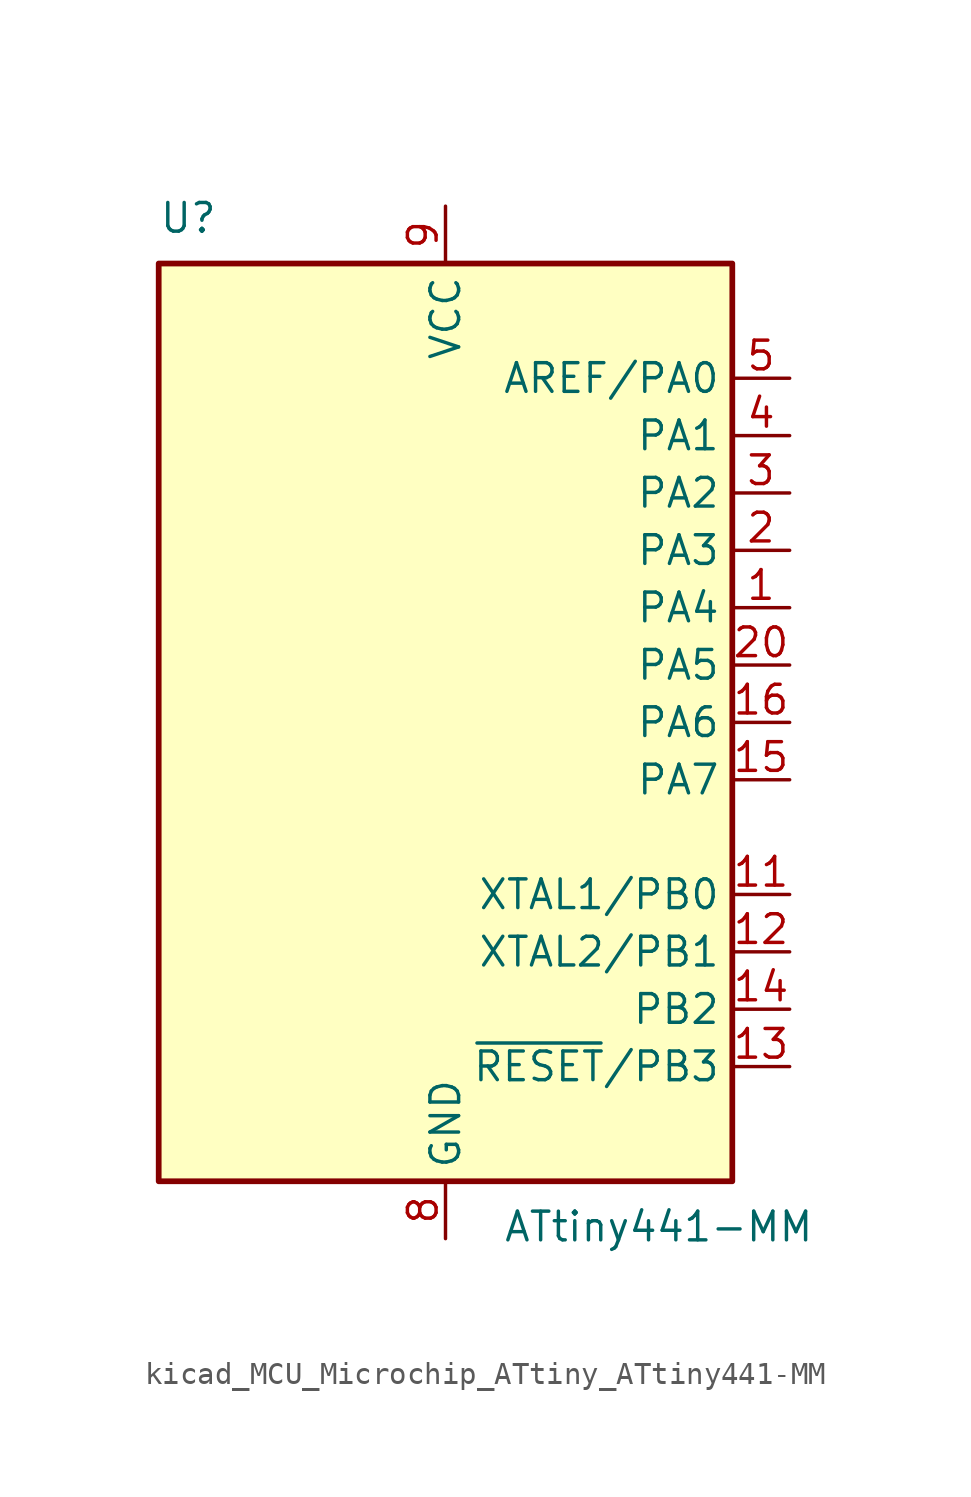
<source format=kicad_sym>
(kicad_symbol_lib
  (version 20220914)
  (generator kicad_symbol_editor)
  (symbol "kicad_MCU_Microchip_ATtiny_ATtiny441-MM"
    (property "Reference" "U"
      (at -12.7 21.59 0)
      (effects (font (size 1.27 1.27)) (justify left bottom)))
    (property "Value" "ATtiny441-MM"
      (at 2.54 -21.59 0)
      (effects (font (size 1.27 1.27)) (justify left top)))
    (symbol "kicad_MCU_Microchip_ATtiny_ATtiny441-MM_0_1"
      (rectangle (start -12.7 -20.32) (end 12.7 20.32) (stroke (width 0.254) (type default)) (fill (type background))))
    (symbol "kicad_MCU_Microchip_ATtiny_ATtiny441-MM_1_1"
      (pin bidirectional line (at 15.24 5.08 180) (length 2.54) (name "PA4" (effects (font (size 1.27 1.27)))) (number "1" (effects (font (size 1.27 1.27)))))
      (pin no_connect line (at -12.7 -10.16 0) (length 2.54) hide (name "NC" (effects (font (size 1.27 1.27)))) (number "10" (effects (font (size 1.27 1.27)))))
      (pin bidirectional line (at 15.24 -7.62 180) (length 2.54) (name "XTAL1/PB0" (effects (font (size 1.27 1.27)))) (number "11" (effects (font (size 1.27 1.27)))))
      (pin bidirectional line (at 15.24 -10.16 180) (length 2.54) (name "XTAL2/PB1" (effects (font (size 1.27 1.27)))) (number "12" (effects (font (size 1.27 1.27)))))
      (pin bidirectional line (at 15.24 -15.24 180) (length 2.54) (name "~{RESET}/PB3" (effects (font (size 1.27 1.27)))) (number "13" (effects (font (size 1.27 1.27)))))
      (pin bidirectional line (at 15.24 -12.7 180) (length 2.54) (name "PB2" (effects (font (size 1.27 1.27)))) (number "14" (effects (font (size 1.27 1.27)))))
      (pin bidirectional line (at 15.24 -2.54 180) (length 2.54) (name "PA7" (effects (font (size 1.27 1.27)))) (number "15" (effects (font (size 1.27 1.27)))))
      (pin bidirectional line (at 15.24 0 180) (length 2.54) (name "PA6" (effects (font (size 1.27 1.27)))) (number "16" (effects (font (size 1.27 1.27)))))
      (pin no_connect line (at -12.7 -12.7 0) (length 2.54) hide (name "NC" (effects (font (size 1.27 1.27)))) (number "17" (effects (font (size 1.27 1.27)))))
      (pin no_connect line (at -12.7 -15.24 0) (length 2.54) hide (name "NC" (effects (font (size 1.27 1.27)))) (number "18" (effects (font (size 1.27 1.27)))))
      (pin no_connect line (at -12.7 -17.78 0) (length 2.54) hide (name "NC" (effects (font (size 1.27 1.27)))) (number "19" (effects (font (size 1.27 1.27)))))
      (pin bidirectional line (at 15.24 7.62 180) (length 2.54) (name "PA3" (effects (font (size 1.27 1.27)))) (number "2" (effects (font (size 1.27 1.27)))))
      (pin bidirectional line (at 15.24 2.54 180) (length 2.54) (name "PA5" (effects (font (size 1.27 1.27)))) (number "20" (effects (font (size 1.27 1.27)))))
      (pin passive line (at 0 -22.86 90) (length 2.54) hide (name "GND" (effects (font (size 1.27 1.27)))) (number "21" (effects (font (size 1.27 1.27)))))
      (pin bidirectional line (at 15.24 10.16 180) (length 2.54) (name "PA2" (effects (font (size 1.27 1.27)))) (number "3" (effects (font (size 1.27 1.27)))))
      (pin bidirectional line (at 15.24 12.7 180) (length 2.54) (name "PA1" (effects (font (size 1.27 1.27)))) (number "4" (effects (font (size 1.27 1.27)))))
      (pin bidirectional line (at 15.24 15.24 180) (length 2.54) (name "AREF/PA0" (effects (font (size 1.27 1.27)))) (number "5" (effects (font (size 1.27 1.27)))))
      (pin no_connect line (at -12.7 -5.08 0) (length 2.54) hide (name "NC" (effects (font (size 1.27 1.27)))) (number "6" (effects (font (size 1.27 1.27)))))
      (pin no_connect line (at -12.7 -7.62 0) (length 2.54) hide (name "NC" (effects (font (size 1.27 1.27)))) (number "7" (effects (font (size 1.27 1.27)))))
      (pin power_in line (at 0 -22.86 90) (length 2.54) (name "GND" (effects (font (size 1.27 1.27)))) (number "8" (effects (font (size 1.27 1.27)))))
      (pin power_in line (at 0 22.86 270) (length 2.54) (name "VCC" (effects (font (size 1.27 1.27)))) (number "9" (effects (font (size 1.27 1.27))))))))
</source>
